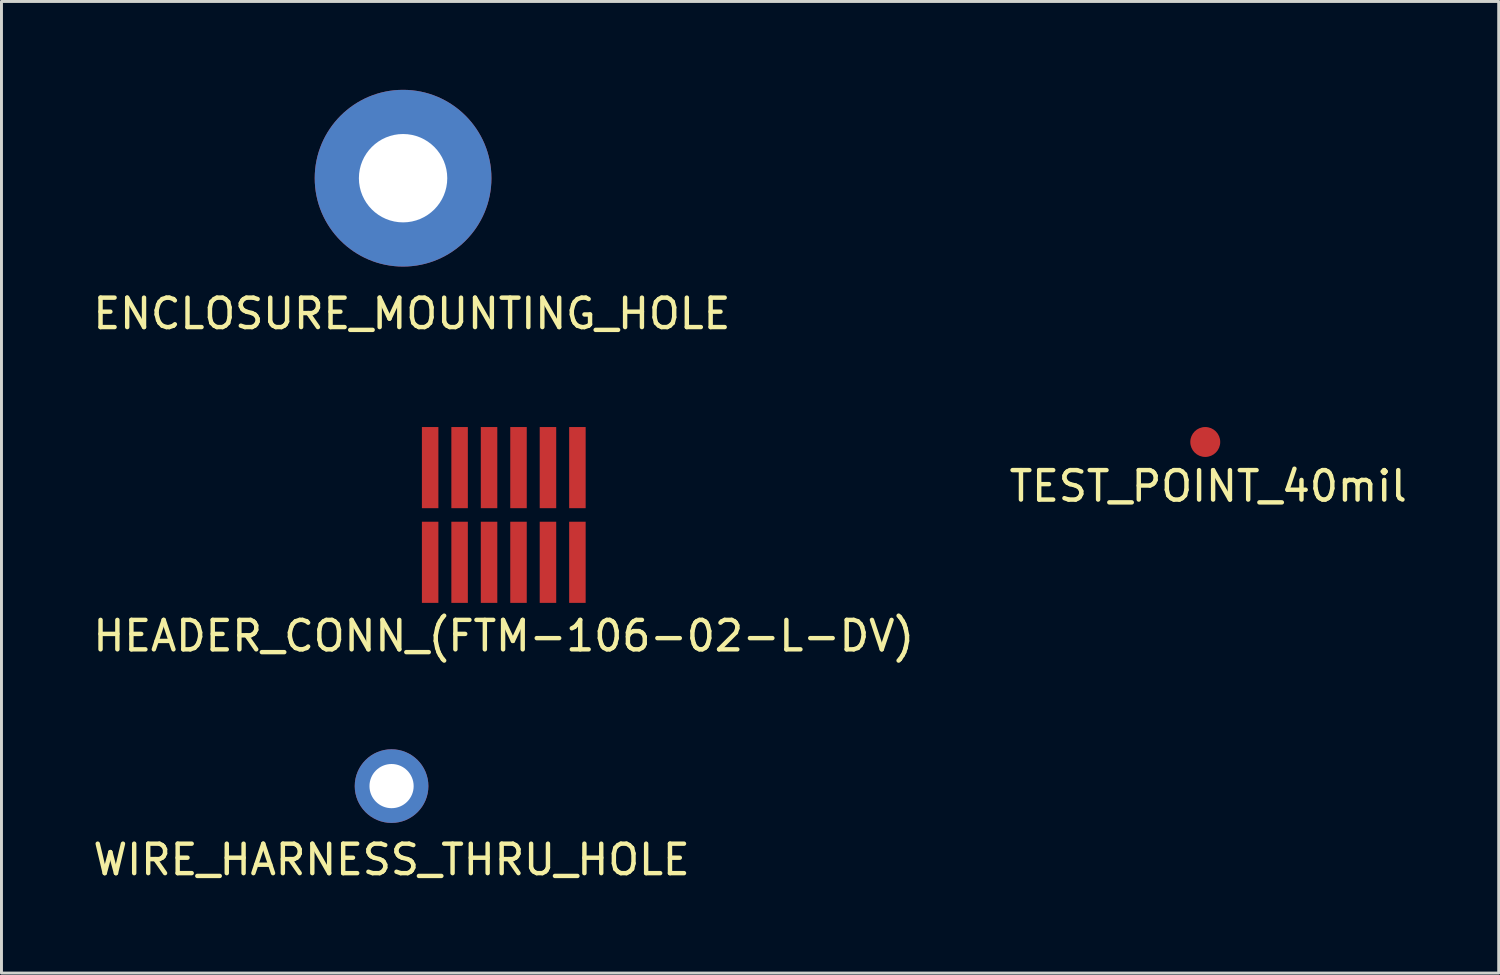
<source format=kicad_pcb>
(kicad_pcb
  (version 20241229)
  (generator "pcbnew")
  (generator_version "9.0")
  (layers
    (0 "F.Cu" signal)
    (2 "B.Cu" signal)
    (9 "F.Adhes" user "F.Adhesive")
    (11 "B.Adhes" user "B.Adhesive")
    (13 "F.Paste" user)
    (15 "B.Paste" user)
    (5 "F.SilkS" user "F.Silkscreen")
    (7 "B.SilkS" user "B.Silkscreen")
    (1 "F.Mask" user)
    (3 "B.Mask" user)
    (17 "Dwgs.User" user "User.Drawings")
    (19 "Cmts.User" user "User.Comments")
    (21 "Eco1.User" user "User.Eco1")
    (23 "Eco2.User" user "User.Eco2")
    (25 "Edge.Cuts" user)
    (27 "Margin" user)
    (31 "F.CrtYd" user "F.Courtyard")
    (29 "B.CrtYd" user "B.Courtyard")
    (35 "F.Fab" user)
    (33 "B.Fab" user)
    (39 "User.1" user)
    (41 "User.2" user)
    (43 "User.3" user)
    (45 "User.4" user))
  (footprint "ENCLOSURE_MOUNTING_HOLE"
    (layer "F.Cu")
    (at 10.635 3)
    (property "Reference" "ENCLOSURE_MOUNTING_HOLE" (at 0.3 4.6 0) (layer "F.SilkS") (effects (font (size 1 1) (thickness 0.15))))
    (attr through_hole)
    (pad "1" thru_hole circle (at 0 0) (size 6 6) (drill 3) (layers "*.Cu" "*.Mask")))
  (footprint "TEST_POINT_40mil"
    (layer "F.Cu")
    (at 37.87 11.956)
    (property "Reference" "TEST_POINT_40mil" (at 0.1 1.5 0) (layer "F.SilkS") (effects (font (size 1 1) (thickness 0.15))))
    (attr through_hole)
    (pad "1" smd circle (at 0 0) (size 1.016 1.016) (layers "F.Cu" "F.Mask")))
  (footprint "HEADER_CONN_(FTM-106-02-L-DV)"
    (layer "F.Cu")
    (at 11.554 16.041)
    (property "Reference" "HEADER_CONN_(FTM-106-02-L-DV)" (at 2.5 2.5 0) (layer "F.SilkS") (effects (font (size 1 1) (thickness 0.15))))
    (attr through_hole)
    (pad "1" smd rect (at 0 0) (size 0.56 2.755) (layers "F.Cu" "F.Mask" "F.Paste"))
    (pad "2" smd rect (at 0 -3.215) (size 0.56 2.755) (layers "F.Cu" "F.Mask" "F.Paste"))
    (pad "3" smd rect (at 1 0) (size 0.56 2.755) (layers "F.Cu" "F.Mask" "F.Paste"))
    (pad "4" smd rect (at 1 -3.215) (size 0.56 2.755) (layers "F.Cu" "F.Mask" "F.Paste"))
    (pad "5" smd rect (at 2 0) (size 0.56 2.755) (layers "F.Cu" "F.Mask" "F.Paste"))
    (pad "6" smd rect (at 2 -3.215) (size 0.56 2.755) (layers "F.Cu" "F.Mask" "F.Paste"))
    (pad "7" smd rect (at 3 0) (size 0.56 2.755) (layers "F.Cu" "F.Mask" "F.Paste"))
    (pad "8" smd rect (at 3 -3.215) (size 0.56 2.755) (layers "F.Cu" "F.Mask" "F.Paste"))
    (pad "9" smd rect (at 4 0) (size 0.56 2.755) (layers "F.Cu" "F.Mask" "F.Paste"))
    (pad "10" smd rect (at 4 -3.215) (size 0.56 2.755) (layers "F.Cu" "F.Mask" "F.Paste"))
    (pad "11" smd rect (at 5 0) (size 0.56 2.755) (layers "F.Cu" "F.Mask" "F.Paste"))
    (pad "12" smd rect (at 5 -3.215) (size 0.56 2.755) (layers "F.Cu" "F.Mask" "F.Paste")))
  (footprint "WIRE_HARNESS_THRU_HOLE"
    (layer "F.Cu")
    (at 10.244 23.639)
    (property "Reference" "WIRE_HARNESS_THRU_HOLE" (at 0 2.5 0) (layer "F.SilkS") (effects (font (size 1 1) (thickness 0.15))))
    (attr through_hole)
    (pad "1" thru_hole circle (at 0 0) (size 2.5 2.5) (drill 1.5) (layers "*.Cu" "*.Mask")))
  (gr_rect
    (start -3 -3)
    (end 47.833 29.987)
    (stroke (width 0.1) (type default))
    (fill no)
    (layer "Edge.Cuts")))
</source>
